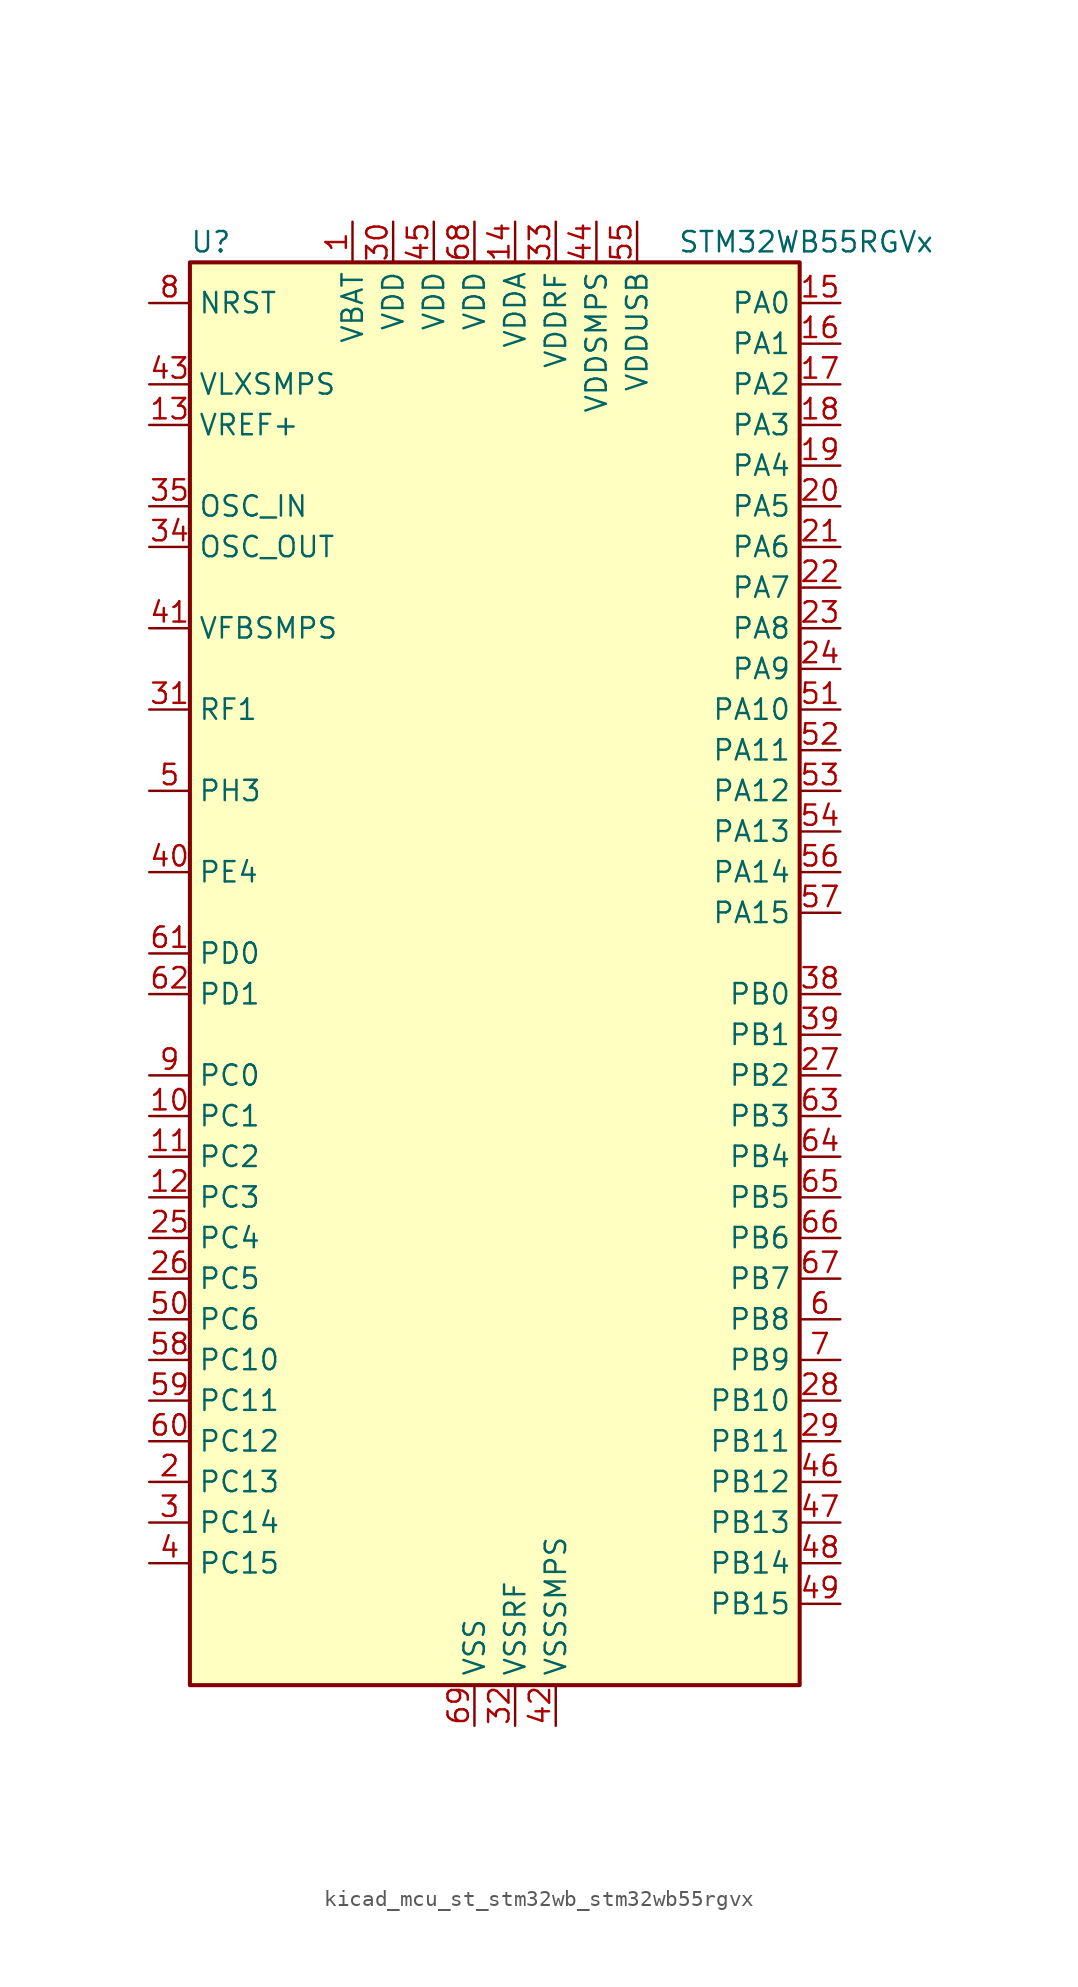
<source format=kicad_sym>
(kicad_symbol_lib
  (version 20220914)
  (generator kicad_symbol_editor)
  (symbol "kicad_mcu_st_stm32wb_stm32wb55rgvx"
    (property "Reference" "U"
      (at -17.78 46.99 0)
      (effects (font (size 1.27 1.27)) (justify left)))
    (property "Value" "STM32WB55RGVx"
      (at 12.7 46.99 0)
      (effects (font (size 1.27 1.27)) (justify left)))
    (property "ki_locked" ""
      (at 0 0 0)
      (effects (font (size 1.27 1.27))))
    (symbol "kicad_mcu_st_stm32wb_stm32wb55rgvx_0_1"
      (rectangle (start -17.78 -43.18) (end 20.32 45.72) (stroke (width 0.254) (type default)) (fill (type background))))
    (symbol "kicad_mcu_st_stm32wb_stm32wb55rgvx_1_1"
      (pin power_in line (at -7.62 48.26 270) (length 2.54) (name "VBAT" (effects (font (size 1.27 1.27)))) (number "1" (effects (font (size 1.27 1.27)))))
      (pin bidirectional line (at -20.32 -7.62 0) (length 2.54) (name "PC1" (effects (font (size 1.27 1.27)))) (number "10" (effects (font (size 1.27 1.27)))) (alternate "ADC1_IN2" bidirectional line) (alternate "I2C3_SDA" bidirectional line) (alternate "LCD_SEG19" bidirectional line) (alternate "LPTIM1_OUT" bidirectional line) (alternate "LPUART1_TX" bidirectional line) (alternate "SPI2_MOSI" bidirectional line))
      (pin bidirectional line (at -20.32 -10.16 0) (length 2.54) (name "PC2" (effects (font (size 1.27 1.27)))) (number "11" (effects (font (size 1.27 1.27)))) (alternate "ADC1_IN3" bidirectional line) (alternate "LCD_SEG20" bidirectional line) (alternate "LPTIM1_IN2" bidirectional line) (alternate "SPI2_MISO" bidirectional line))
      (pin bidirectional line (at -20.32 -12.7 0) (length 2.54) (name "PC3" (effects (font (size 1.27 1.27)))) (number "12" (effects (font (size 1.27 1.27)))) (alternate "ADC1_IN4" bidirectional line) (alternate "LCD_VLCD" bidirectional line) (alternate "LPTIM1_ETR" bidirectional line) (alternate "LPTIM2_ETR" bidirectional line) (alternate "SAI1_D1" bidirectional line) (alternate "SAI1_SD_A" bidirectional line) (alternate "SPI2_MOSI" bidirectional line))
      (pin input line (at -20.32 35.56 0) (length 2.54) (name "VREF+" (effects (font (size 1.27 1.27)))) (number "13" (effects (font (size 1.27 1.27)))) (alternate "VREFBUF_OUT" bidirectional line))
      (pin power_in line (at 2.54 48.26 270) (length 2.54) (name "VDDA" (effects (font (size 1.27 1.27)))) (number "14" (effects (font (size 1.27 1.27)))))
      (pin bidirectional line (at 22.86 43.18 180) (length 2.54) (name "PA0" (effects (font (size 1.27 1.27)))) (number "15" (effects (font (size 1.27 1.27)))) (alternate "ADC1_IN5" bidirectional line) (alternate "COMP1_INM" bidirectional line) (alternate "COMP1_OUT" bidirectional line) (alternate "RTC_TAMP2" bidirectional line) (alternate "SAI1_EXTCLK" bidirectional line) (alternate "SYS_WKUP1" bidirectional line) (alternate "TIM2_CH1" bidirectional line) (alternate "TIM2_ETR" bidirectional line))
      (pin bidirectional line (at 22.86 40.64 180) (length 2.54) (name "PA1" (effects (font (size 1.27 1.27)))) (number "16" (effects (font (size 1.27 1.27)))) (alternate "ADC1_IN6" bidirectional line) (alternate "COMP1_INP" bidirectional line) (alternate "I2C1_SMBA" bidirectional line) (alternate "LCD_SEG0" bidirectional line) (alternate "SPI1_SCK" bidirectional line) (alternate "TIM2_CH2" bidirectional line))
      (pin bidirectional line (at 22.86 38.1 180) (length 2.54) (name "PA2" (effects (font (size 1.27 1.27)))) (number "17" (effects (font (size 1.27 1.27)))) (alternate "ADC1_IN7" bidirectional line) (alternate "COMP2_INM" bidirectional line) (alternate "COMP2_OUT" bidirectional line) (alternate "LCD_SEG1" bidirectional line) (alternate "LPUART1_TX" bidirectional line) (alternate "QUADSPI_BK1_NCS" bidirectional line) (alternate "RCC_LSCO" bidirectional line) (alternate "SYS_WKUP4" bidirectional line) (alternate "TIM2_CH3" bidirectional line))
      (pin bidirectional line (at 22.86 35.56 180) (length 2.54) (name "PA3" (effects (font (size 1.27 1.27)))) (number "18" (effects (font (size 1.27 1.27)))) (alternate "ADC1_IN8" bidirectional line) (alternate "COMP2_INP" bidirectional line) (alternate "LCD_SEG2" bidirectional line) (alternate "LPUART1_RX" bidirectional line) (alternate "QUADSPI_CLK" bidirectional line) (alternate "SAI1_CK1" bidirectional line) (alternate "SAI1_MCLK_A" bidirectional line) (alternate "TIM2_CH4" bidirectional line))
      (pin bidirectional line (at 22.86 33.02 180) (length 2.54) (name "PA4" (effects (font (size 1.27 1.27)))) (number "19" (effects (font (size 1.27 1.27)))) (alternate "ADC1_IN9" bidirectional line) (alternate "COMP1_INM" bidirectional line) (alternate "COMP2_INM" bidirectional line) (alternate "LCD_SEG5" bidirectional line) (alternate "LPTIM2_OUT" bidirectional line) (alternate "SAI1_FS_B" bidirectional line) (alternate "SPI1_NSS" bidirectional line))
      (pin bidirectional line (at -20.32 -30.48 0) (length 2.54) (name "PC13" (effects (font (size 1.27 1.27)))) (number "2" (effects (font (size 1.27 1.27)))) (alternate "RTC_OUT1" bidirectional line) (alternate "RTC_TAMP1" bidirectional line) (alternate "RTC_TS" bidirectional line) (alternate "SYS_WKUP2" bidirectional line))
      (pin bidirectional line (at 22.86 30.48 180) (length 2.54) (name "PA5" (effects (font (size 1.27 1.27)))) (number "20" (effects (font (size 1.27 1.27)))) (alternate "ADC1_IN10" bidirectional line) (alternate "COMP1_INM" bidirectional line) (alternate "COMP2_INM" bidirectional line) (alternate "LPTIM2_ETR" bidirectional line) (alternate "SAI1_SD_B" bidirectional line) (alternate "SPI1_SCK" bidirectional line) (alternate "TIM2_CH1" bidirectional line) (alternate "TIM2_ETR" bidirectional line))
      (pin bidirectional line (at 22.86 27.94 180) (length 2.54) (name "PA6" (effects (font (size 1.27 1.27)))) (number "21" (effects (font (size 1.27 1.27)))) (alternate "ADC1_IN11" bidirectional line) (alternate "LCD_SEG3" bidirectional line) (alternate "LPUART1_CTS" bidirectional line) (alternate "QUADSPI_BK1_IO3" bidirectional line) (alternate "SPI1_MISO" bidirectional line) (alternate "TIM16_CH1" bidirectional line) (alternate "TIM1_BKIN" bidirectional line))
      (pin bidirectional line (at 22.86 25.4 180) (length 2.54) (name "PA7" (effects (font (size 1.27 1.27)))) (number "22" (effects (font (size 1.27 1.27)))) (alternate "ADC1_IN12" bidirectional line) (alternate "COMP2_OUT" bidirectional line) (alternate "I2C3_SCL" bidirectional line) (alternate "LCD_SEG4" bidirectional line) (alternate "QUADSPI_BK1_IO2" bidirectional line) (alternate "SPI1_MOSI" bidirectional line) (alternate "TIM17_CH1" bidirectional line) (alternate "TIM1_CH1N" bidirectional line))
      (pin bidirectional line (at 22.86 22.86 180) (length 2.54) (name "PA8" (effects (font (size 1.27 1.27)))) (number "23" (effects (font (size 1.27 1.27)))) (alternate "ADC1_IN15" bidirectional line) (alternate "LCD_COM0" bidirectional line) (alternate "LPTIM2_OUT" bidirectional line) (alternate "RCC_MCO" bidirectional line) (alternate "SAI1_CK2" bidirectional line) (alternate "SAI1_SCK_A" bidirectional line) (alternate "TIM1_CH1" bidirectional line) (alternate "USART1_CK" bidirectional line))
      (pin bidirectional line (at 22.86 20.32 180) (length 2.54) (name "PA9" (effects (font (size 1.27 1.27)))) (number "24" (effects (font (size 1.27 1.27)))) (alternate "ADC1_IN16" bidirectional line) (alternate "COMP1_INM" bidirectional line) (alternate "I2C1_SCL" bidirectional line) (alternate "LCD_COM1" bidirectional line) (alternate "SAI1_D2" bidirectional line) (alternate "SAI1_FS_A" bidirectional line) (alternate "SPI2_SCK" bidirectional line) (alternate "TIM1_CH2" bidirectional line) (alternate "USART1_TX" bidirectional line))
      (pin bidirectional line (at -20.32 -15.24 0) (length 2.54) (name "PC4" (effects (font (size 1.27 1.27)))) (number "25" (effects (font (size 1.27 1.27)))) (alternate "ADC1_IN13" bidirectional line) (alternate "COMP1_INM" bidirectional line) (alternate "LCD_SEG22" bidirectional line))
      (pin bidirectional line (at -20.32 -17.78 0) (length 2.54) (name "PC5" (effects (font (size 1.27 1.27)))) (number "26" (effects (font (size 1.27 1.27)))) (alternate "ADC1_IN14" bidirectional line) (alternate "COMP1_INP" bidirectional line) (alternate "LCD_SEG23" bidirectional line) (alternate "SAI1_D3" bidirectional line) (alternate "SYS_WKUP5" bidirectional line))
      (pin bidirectional line (at 22.86 -5.08 180) (length 2.54) (name "PB2" (effects (font (size 1.27 1.27)))) (number "27" (effects (font (size 1.27 1.27)))) (alternate "COMP1_INP" bidirectional line) (alternate "I2C3_SMBA" bidirectional line) (alternate "LCD_VLCD" bidirectional line) (alternate "LPTIM1_OUT" bidirectional line) (alternate "RTC_OUT2" bidirectional line) (alternate "SAI1_EXTCLK" bidirectional line) (alternate "SPI1_NSS" bidirectional line))
      (pin bidirectional line (at 22.86 -25.4 180) (length 2.54) (name "PB10" (effects (font (size 1.27 1.27)))) (number "28" (effects (font (size 1.27 1.27)))) (alternate "COMP1_OUT" bidirectional line) (alternate "I2C3_SCL" bidirectional line) (alternate "LCD_SEG10" bidirectional line) (alternate "LPUART1_RX" bidirectional line) (alternate "QUADSPI_CLK" bidirectional line) (alternate "SAI1_SCK_A" bidirectional line) (alternate "SPI2_SCK" bidirectional line) (alternate "TIM2_CH3" bidirectional line) (alternate "TSC_SYNC" bidirectional line))
      (pin bidirectional line (at 22.86 -27.94 180) (length 2.54) (name "PB11" (effects (font (size 1.27 1.27)))) (number "29" (effects (font (size 1.27 1.27)))) (alternate "ADC1_EXTI11" bidirectional line) (alternate "COMP2_OUT" bidirectional line) (alternate "I2C3_SDA" bidirectional line) (alternate "LCD_SEG11" bidirectional line) (alternate "LPUART1_TX" bidirectional line) (alternate "QUADSPI_BK1_NCS" bidirectional line) (alternate "TIM2_CH4" bidirectional line))
      (pin bidirectional line (at -20.32 -33.02 0) (length 2.54) (name "PC14" (effects (font (size 1.27 1.27)))) (number "3" (effects (font (size 1.27 1.27)))) (alternate "RCC_OSC32_IN" bidirectional line))
      (pin power_in line (at -5.08 48.26 270) (length 2.54) (name "VDD" (effects (font (size 1.27 1.27)))) (number "30" (effects (font (size 1.27 1.27)))))
      (pin bidirectional line (at -20.32 17.78 0) (length 2.54) (name "RF1" (effects (font (size 1.27 1.27)))) (number "31" (effects (font (size 1.27 1.27)))) (alternate "RF_RF1" bidirectional line))
      (pin power_in line (at 2.54 -45.72 90) (length 2.54) (name "VSSRF" (effects (font (size 1.27 1.27)))) (number "32" (effects (font (size 1.27 1.27)))))
      (pin power_in line (at 5.08 48.26 270) (length 2.54) (name "VDDRF" (effects (font (size 1.27 1.27)))) (number "33" (effects (font (size 1.27 1.27)))))
      (pin input line (at -20.32 27.94 0) (length 2.54) (name "OSC_OUT" (effects (font (size 1.27 1.27)))) (number "34" (effects (font (size 1.27 1.27)))) (alternate "RCC_OSC_OUT" bidirectional line))
      (pin input line (at -20.32 30.48 0) (length 2.54) (name "OSC_IN" (effects (font (size 1.27 1.27)))) (number "35" (effects (font (size 1.27 1.27)))) (alternate "RCC_OSC_IN" bidirectional line))
      (pin no_connect line (at -17.78 -43.18 0) (length 2.54) hide (name "AT0" (effects (font (size 1.27 1.27)))) (number "36" (effects (font (size 1.27 1.27)))))
      (pin no_connect line (at -17.78 -40.64 0) (length 2.54) hide (name "AT1" (effects (font (size 1.27 1.27)))) (number "37" (effects (font (size 1.27 1.27)))))
      (pin bidirectional line (at 22.86 0 180) (length 2.54) (name "PB0" (effects (font (size 1.27 1.27)))) (number "38" (effects (font (size 1.27 1.27)))) (alternate "COMP1_OUT" bidirectional line) (alternate "RF_TX_MOD_EXT_PA" bidirectional line))
      (pin bidirectional line (at 22.86 -2.54 180) (length 2.54) (name "PB1" (effects (font (size 1.27 1.27)))) (number "39" (effects (font (size 1.27 1.27)))) (alternate "LPTIM2_IN1" bidirectional line) (alternate "LPUART1_DE" bidirectional line) (alternate "LPUART1_RTS" bidirectional line))
      (pin bidirectional line (at -20.32 -35.56 0) (length 2.54) (name "PC15" (effects (font (size 1.27 1.27)))) (number "4" (effects (font (size 1.27 1.27)))) (alternate "ADC1_EXTI15" bidirectional line) (alternate "RCC_OSC32_OUT" bidirectional line))
      (pin bidirectional line (at -20.32 7.62 0) (length 2.54) (name "PE4" (effects (font (size 1.27 1.27)))) (number "40" (effects (font (size 1.27 1.27)))))
      (pin input line (at -20.32 22.86 0) (length 2.54) (name "VFBSMPS" (effects (font (size 1.27 1.27)))) (number "41" (effects (font (size 1.27 1.27)))))
      (pin power_in line (at 5.08 -45.72 90) (length 2.54) (name "VSSSMPS" (effects (font (size 1.27 1.27)))) (number "42" (effects (font (size 1.27 1.27)))))
      (pin power_in line (at -20.32 38.1 0) (length 2.54) (name "VLXSMPS" (effects (font (size 1.27 1.27)))) (number "43" (effects (font (size 1.27 1.27)))))
      (pin power_in line (at 7.62 48.26 270) (length 2.54) (name "VDDSMPS" (effects (font (size 1.27 1.27)))) (number "44" (effects (font (size 1.27 1.27)))))
      (pin power_in line (at -2.54 48.26 270) (length 2.54) (name "VDD" (effects (font (size 1.27 1.27)))) (number "45" (effects (font (size 1.27 1.27)))))
      (pin bidirectional line (at 22.86 -30.48 180) (length 2.54) (name "PB12" (effects (font (size 1.27 1.27)))) (number "46" (effects (font (size 1.27 1.27)))) (alternate "I2C3_SMBA" bidirectional line) (alternate "LCD_SEG12" bidirectional line) (alternate "LPUART1_DE" bidirectional line) (alternate "LPUART1_RTS" bidirectional line) (alternate "SAI1_FS_A" bidirectional line) (alternate "SPI2_NSS" bidirectional line) (alternate "TIM1_BKIN" bidirectional line) (alternate "TSC_G1_IO1" bidirectional line))
      (pin bidirectional line (at 22.86 -33.02 180) (length 2.54) (name "PB13" (effects (font (size 1.27 1.27)))) (number "47" (effects (font (size 1.27 1.27)))) (alternate "I2C3_SCL" bidirectional line) (alternate "LCD_SEG13" bidirectional line) (alternate "LPUART1_CTS" bidirectional line) (alternate "SAI1_SCK_A" bidirectional line) (alternate "SPI2_SCK" bidirectional line) (alternate "TIM1_CH1N" bidirectional line) (alternate "TSC_G1_IO2" bidirectional line))
      (pin bidirectional line (at 22.86 -35.56 180) (length 2.54) (name "PB14" (effects (font (size 1.27 1.27)))) (number "48" (effects (font (size 1.27 1.27)))) (alternate "I2C3_SDA" bidirectional line) (alternate "LCD_SEG14" bidirectional line) (alternate "SAI1_MCLK_A" bidirectional line) (alternate "SPI2_MISO" bidirectional line) (alternate "TIM1_CH2N" bidirectional line) (alternate "TSC_G1_IO3" bidirectional line))
      (pin bidirectional line (at 22.86 -38.1 180) (length 2.54) (name "PB15" (effects (font (size 1.27 1.27)))) (number "49" (effects (font (size 1.27 1.27)))) (alternate "ADC1_EXTI15" bidirectional line) (alternate "LCD_SEG15" bidirectional line) (alternate "RTC_REFIN" bidirectional line) (alternate "SAI1_SD_A" bidirectional line) (alternate "SPI2_MOSI" bidirectional line) (alternate "TIM1_CH3N" bidirectional line) (alternate "TSC_G1_IO4" bidirectional line))
      (pin bidirectional line (at -20.32 12.7 0) (length 2.54) (name "PH3" (effects (font (size 1.27 1.27)))) (number "5" (effects (font (size 1.27 1.27)))) (alternate "RCC_LSCO" bidirectional line))
      (pin bidirectional line (at -20.32 -20.32 0) (length 2.54) (name "PC6" (effects (font (size 1.27 1.27)))) (number "50" (effects (font (size 1.27 1.27)))) (alternate "LCD_SEG24" bidirectional line))
      (pin bidirectional line (at 22.86 17.78 180) (length 2.54) (name "PA10" (effects (font (size 1.27 1.27)))) (number "51" (effects (font (size 1.27 1.27)))) (alternate "CRS_SYNC" bidirectional line) (alternate "I2C1_SDA" bidirectional line) (alternate "LCD_COM2" bidirectional line) (alternate "SAI1_D1" bidirectional line) (alternate "SAI1_SD_A" bidirectional line) (alternate "TIM17_BKIN" bidirectional line) (alternate "TIM1_CH3" bidirectional line) (alternate "USART1_RX" bidirectional line))
      (pin bidirectional line (at 22.86 15.24 180) (length 2.54) (name "PA11" (effects (font (size 1.27 1.27)))) (number "52" (effects (font (size 1.27 1.27)))) (alternate "ADC1_EXTI11" bidirectional line) (alternate "SPI1_MISO" bidirectional line) (alternate "TIM1_BKIN2" bidirectional line) (alternate "TIM1_CH4" bidirectional line) (alternate "USART1_CTS" bidirectional line) (alternate "USART1_NSS" bidirectional line) (alternate "USB_DM" bidirectional line))
      (pin bidirectional line (at 22.86 12.7 180) (length 2.54) (name "PA12" (effects (font (size 1.27 1.27)))) (number "53" (effects (font (size 1.27 1.27)))) (alternate "LPUART1_RX" bidirectional line) (alternate "SPI1_MOSI" bidirectional line) (alternate "TIM1_ETR" bidirectional line) (alternate "USART1_DE" bidirectional line) (alternate "USART1_RTS" bidirectional line) (alternate "USB_DP" bidirectional line))
      (pin bidirectional line (at 22.86 10.16 180) (length 2.54) (name "PA13" (effects (font (size 1.27 1.27)))) (number "54" (effects (font (size 1.27 1.27)))) (alternate "IR_OUT" bidirectional line) (alternate "SAI1_SD_B" bidirectional line) (alternate "SYS_JTMS-SWDIO" bidirectional line) (alternate "USB_NOE" bidirectional line))
      (pin power_in line (at 10.16 48.26 270) (length 2.54) (name "VDDUSB" (effects (font (size 1.27 1.27)))) (number "55" (effects (font (size 1.27 1.27)))))
      (pin bidirectional line (at 22.86 7.62 180) (length 2.54) (name "PA14" (effects (font (size 1.27 1.27)))) (number "56" (effects (font (size 1.27 1.27)))) (alternate "I2C1_SMBA" bidirectional line) (alternate "LCD_SEG5" bidirectional line) (alternate "LPTIM1_OUT" bidirectional line) (alternate "SAI1_FS_B" bidirectional line) (alternate "SYS_JTCK-SWCLK" bidirectional line))
      (pin bidirectional line (at 22.86 5.08 180) (length 2.54) (name "PA15" (effects (font (size 1.27 1.27)))) (number "57" (effects (font (size 1.27 1.27)))) (alternate "ADC1_EXTI15" bidirectional line) (alternate "LCD_SEG17" bidirectional line) (alternate "RCC_MCO" bidirectional line) (alternate "SPI1_NSS" bidirectional line) (alternate "SYS_JTDI" bidirectional line) (alternate "TIM2_CH1" bidirectional line) (alternate "TIM2_ETR" bidirectional line) (alternate "TSC_G3_IO1" bidirectional line))
      (pin bidirectional line (at -20.32 -22.86 0) (length 2.54) (name "PC10" (effects (font (size 1.27 1.27)))) (number "58" (effects (font (size 1.27 1.27)))) (alternate "LCD_COM4" bidirectional line) (alternate "LCD_SEG28" bidirectional line) (alternate "LCD_SEG40" bidirectional line) (alternate "SYS_TRACED1" bidirectional line) (alternate "TSC_G3_IO2" bidirectional line))
      (pin bidirectional line (at -20.32 -25.4 0) (length 2.54) (name "PC11" (effects (font (size 1.27 1.27)))) (number "59" (effects (font (size 1.27 1.27)))) (alternate "ADC1_EXTI11" bidirectional line) (alternate "LCD_COM5" bidirectional line) (alternate "LCD_SEG29" bidirectional line) (alternate "LCD_SEG41" bidirectional line) (alternate "TSC_G3_IO3" bidirectional line))
      (pin bidirectional line (at 22.86 -20.32 180) (length 2.54) (name "PB8" (effects (font (size 1.27 1.27)))) (number "6" (effects (font (size 1.27 1.27)))) (alternate "I2C1_SCL" bidirectional line) (alternate "LCD_SEG16" bidirectional line) (alternate "QUADSPI_BK1_IO1" bidirectional line) (alternate "SAI1_CK1" bidirectional line) (alternate "SAI1_MCLK_A" bidirectional line) (alternate "TIM16_CH1" bidirectional line) (alternate "TIM1_CH2N" bidirectional line))
      (pin bidirectional line (at -20.32 -27.94 0) (length 2.54) (name "PC12" (effects (font (size 1.27 1.27)))) (number "60" (effects (font (size 1.27 1.27)))) (alternate "LCD_COM6" bidirectional line) (alternate "LCD_SEG30" bidirectional line) (alternate "LCD_SEG42" bidirectional line) (alternate "RCC_LSCO" bidirectional line) (alternate "RTC_TAMP3" bidirectional line) (alternate "SYS_TRACED3" bidirectional line) (alternate "SYS_WKUP3" bidirectional line) (alternate "TSC_G3_IO4" bidirectional line))
      (pin bidirectional line (at -20.32 2.54 0) (length 2.54) (name "PD0" (effects (font (size 1.27 1.27)))) (number "61" (effects (font (size 1.27 1.27)))) (alternate "SPI2_NSS" bidirectional line))
      (pin bidirectional line (at -20.32 0 0) (length 2.54) (name "PD1" (effects (font (size 1.27 1.27)))) (number "62" (effects (font (size 1.27 1.27)))) (alternate "SPI2_SCK" bidirectional line))
      (pin bidirectional line (at 22.86 -7.62 180) (length 2.54) (name "PB3" (effects (font (size 1.27 1.27)))) (number "63" (effects (font (size 1.27 1.27)))) (alternate "COMP2_INM" bidirectional line) (alternate "LCD_SEG7" bidirectional line) (alternate "SAI1_SCK_B" bidirectional line) (alternate "SPI1_SCK" bidirectional line) (alternate "SYS_JTDO-SWO" bidirectional line) (alternate "TIM2_CH2" bidirectional line) (alternate "USART1_DE" bidirectional line) (alternate "USART1_RTS" bidirectional line))
      (pin bidirectional line (at 22.86 -10.16 180) (length 2.54) (name "PB4" (effects (font (size 1.27 1.27)))) (number "64" (effects (font (size 1.27 1.27)))) (alternate "COMP2_INP" bidirectional line) (alternate "I2C3_SDA" bidirectional line) (alternate "LCD_SEG8" bidirectional line) (alternate "SAI1_MCLK_B" bidirectional line) (alternate "SPI1_MISO" bidirectional line) (alternate "SYS_JTRST" bidirectional line) (alternate "TIM17_BKIN" bidirectional line) (alternate "TSC_G2_IO1" bidirectional line) (alternate "USART1_CTS" bidirectional line) (alternate "USART1_NSS" bidirectional line))
      (pin bidirectional line (at 22.86 -12.7 180) (length 2.54) (name "PB5" (effects (font (size 1.27 1.27)))) (number "65" (effects (font (size 1.27 1.27)))) (alternate "COMP2_OUT" bidirectional line) (alternate "I2C1_SMBA" bidirectional line) (alternate "LCD_SEG9" bidirectional line) (alternate "LPTIM1_IN1" bidirectional line) (alternate "LPUART1_TX" bidirectional line) (alternate "SAI1_SD_B" bidirectional line) (alternate "SPI1_MOSI" bidirectional line) (alternate "TIM16_BKIN" bidirectional line) (alternate "TSC_G2_IO2" bidirectional line) (alternate "USART1_CK" bidirectional line))
      (pin bidirectional line (at 22.86 -15.24 180) (length 2.54) (name "PB6" (effects (font (size 1.27 1.27)))) (number "66" (effects (font (size 1.27 1.27)))) (alternate "COMP2_INP" bidirectional line) (alternate "I2C1_SCL" bidirectional line) (alternate "LCD_SEG6" bidirectional line) (alternate "LPTIM1_ETR" bidirectional line) (alternate "RCC_MCO" bidirectional line) (alternate "SAI1_FS_B" bidirectional line) (alternate "TIM16_CH1N" bidirectional line) (alternate "TSC_G2_IO3" bidirectional line) (alternate "USART1_TX" bidirectional line))
      (pin bidirectional line (at 22.86 -17.78 180) (length 2.54) (name "PB7" (effects (font (size 1.27 1.27)))) (number "67" (effects (font (size 1.27 1.27)))) (alternate "COMP2_INM" bidirectional line) (alternate "I2C1_SDA" bidirectional line) (alternate "LCD_SEG21" bidirectional line) (alternate "LPTIM1_IN2" bidirectional line) (alternate "SYS_PVD_IN" bidirectional line) (alternate "TIM17_CH1N" bidirectional line) (alternate "TIM1_BKIN" bidirectional line) (alternate "TSC_G2_IO4" bidirectional line) (alternate "USART1_RX" bidirectional line))
      (pin power_in line (at 0 48.26 270) (length 2.54) (name "VDD" (effects (font (size 1.27 1.27)))) (number "68" (effects (font (size 1.27 1.27)))))
      (pin power_in line (at 0 -45.72 90) (length 2.54) (name "VSS" (effects (font (size 1.27 1.27)))) (number "69" (effects (font (size 1.27 1.27)))))
      (pin bidirectional line (at 22.86 -22.86 180) (length 2.54) (name "PB9" (effects (font (size 1.27 1.27)))) (number "7" (effects (font (size 1.27 1.27)))) (alternate "I2C1_SDA" bidirectional line) (alternate "IR_OUT" bidirectional line) (alternate "LCD_COM3" bidirectional line) (alternate "QUADSPI_BK1_IO0" bidirectional line) (alternate "SAI1_D2" bidirectional line) (alternate "SAI1_FS_A" bidirectional line) (alternate "SPI2_NSS" bidirectional line) (alternate "TIM17_CH1" bidirectional line) (alternate "TIM1_CH3N" bidirectional line))
      (pin input line (at -20.32 43.18 0) (length 2.54) (name "NRST" (effects (font (size 1.27 1.27)))) (number "8" (effects (font (size 1.27 1.27)))))
      (pin bidirectional line (at -20.32 -5.08 0) (length 2.54) (name "PC0" (effects (font (size 1.27 1.27)))) (number "9" (effects (font (size 1.27 1.27)))) (alternate "ADC1_IN1" bidirectional line) (alternate "I2C3_SCL" bidirectional line) (alternate "LCD_SEG18" bidirectional line) (alternate "LPTIM1_IN1" bidirectional line) (alternate "LPTIM2_IN1" bidirectional line) (alternate "LPUART1_RX" bidirectional line)))))
</source>
